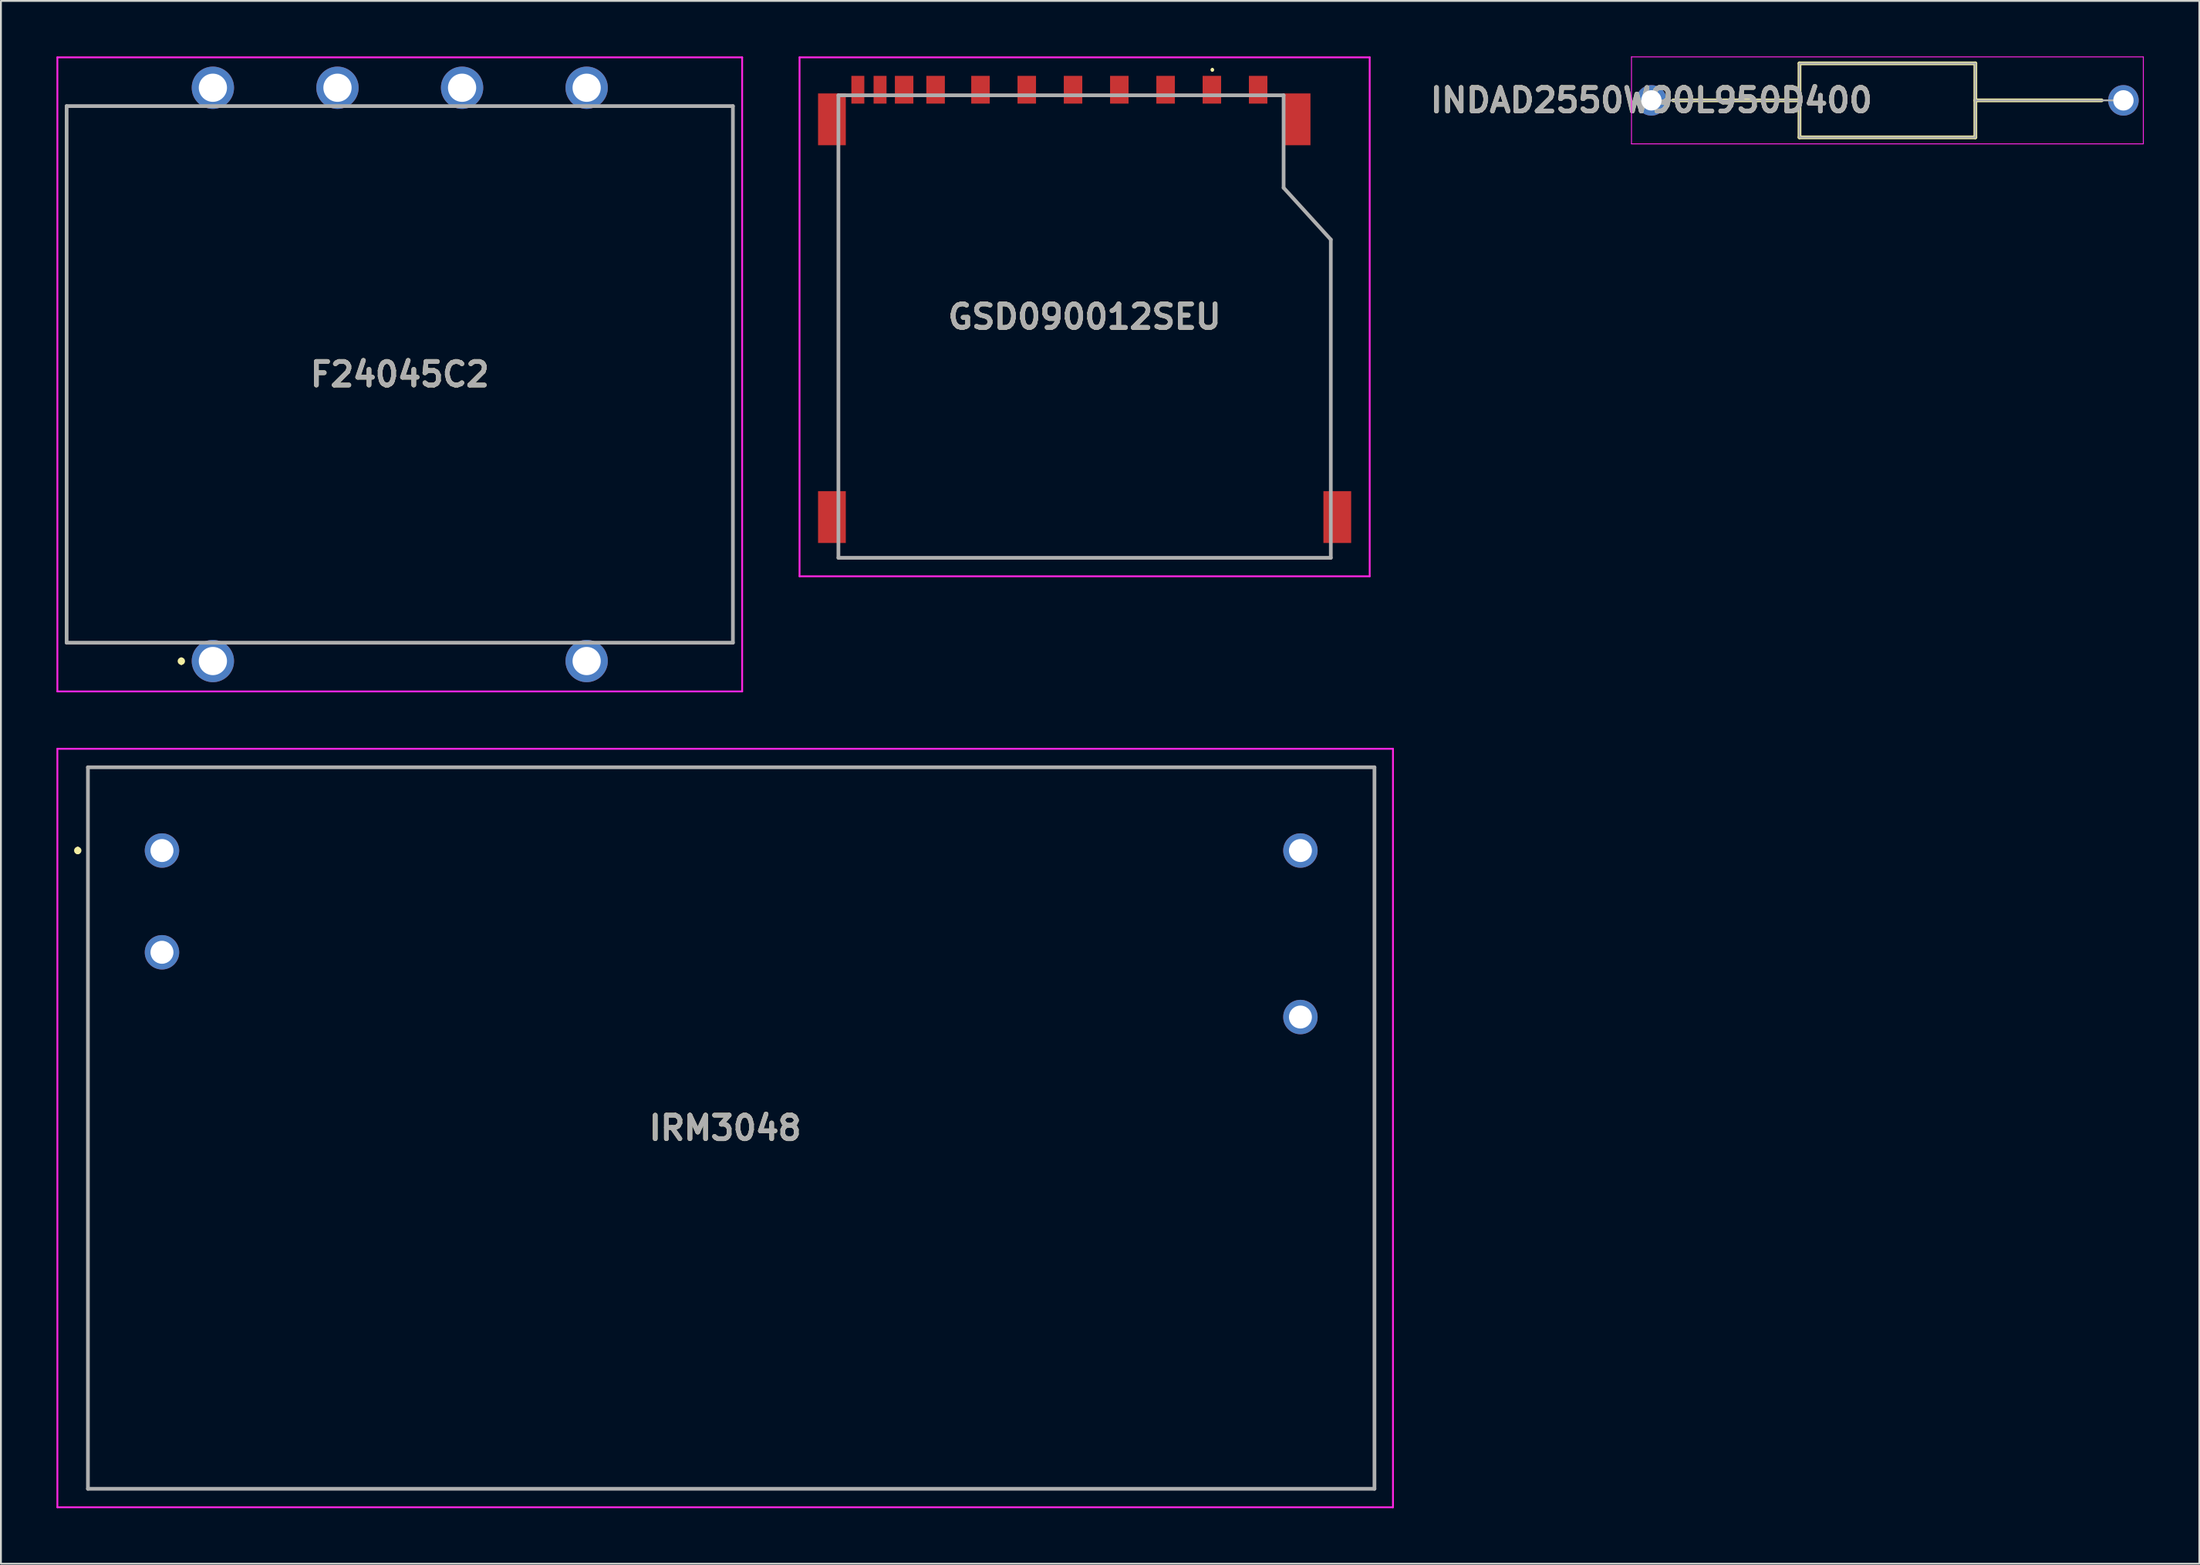
<source format=kicad_pcb>
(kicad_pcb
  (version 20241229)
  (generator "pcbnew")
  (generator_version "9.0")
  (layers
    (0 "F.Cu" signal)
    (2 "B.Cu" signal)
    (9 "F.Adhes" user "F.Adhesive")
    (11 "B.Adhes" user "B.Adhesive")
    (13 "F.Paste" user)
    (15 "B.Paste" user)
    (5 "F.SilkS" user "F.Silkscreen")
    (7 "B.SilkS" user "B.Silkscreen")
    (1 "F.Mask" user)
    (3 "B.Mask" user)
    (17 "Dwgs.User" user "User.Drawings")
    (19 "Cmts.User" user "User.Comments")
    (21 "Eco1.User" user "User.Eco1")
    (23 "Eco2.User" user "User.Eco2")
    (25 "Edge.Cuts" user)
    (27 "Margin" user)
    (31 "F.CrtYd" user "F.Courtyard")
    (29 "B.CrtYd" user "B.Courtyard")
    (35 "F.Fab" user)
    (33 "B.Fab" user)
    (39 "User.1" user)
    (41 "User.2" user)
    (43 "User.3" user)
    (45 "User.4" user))
  (footprint "F24045C2"
    (layer "F.Cu")
    (at 8.45 32.681)
    (property "Reference" "F24045C2" (at 10.096 -15.494 0) (layer "F.SilkS") (effects (font (size 1.27 1.27) (thickness 0.254))))
    (attr through_hole)
    (fp_line (start -7.9 -29.997) (end -7.9 -0.991) (stroke (width 0.1) (type solid)) (layer "F.SilkS"))
    (fp_line (start -7.9 -0.991) (end -1.904 -0.991) (stroke (width 0.1) (type solid)) (layer "F.SilkS"))
    (fp_line (start -1.904 -29.997) (end -7.9 -29.997) (stroke (width 0.1) (type solid)) (layer "F.SilkS"))
    (fp_line (start -1.704 -0.094) (end -1.704 -0.094) (stroke (width 0.2) (type solid)) (layer "F.SilkS"))
    (fp_line (start -1.704 0.106) (end -1.704 0.106) (stroke (width 0.2) (type solid)) (layer "F.SilkS"))
    (fp_line (start 1.596 -0.991) (end 18.596 -0.991) (stroke (width 0.1) (type solid)) (layer "F.SilkS"))
    (fp_line (start 8.096 -29.997) (end 12.596 -29.997) (stroke (width 0.1) (type solid)) (layer "F.SilkS"))
    (fp_line (start 22.596 -29.994) (end 28.092 -29.994) (stroke (width 0.1) (type solid)) (layer "F.SilkS"))
    (fp_line (start 28.092 -29.994) (end 28.092 -0.994) (stroke (width 0.1) (type solid)) (layer "F.SilkS"))
    (fp_line (start 28.092 -0.994) (end 22.096 -0.991) (stroke (width 0.1) (type solid)) (layer "F.SilkS"))
    (fp_arc (start -1.704 -0.094) (mid -1.604 0.006) (end -1.704 0.106) (stroke (width 0.2) (type solid)) (layer "F.SilkS"))
    (fp_arc (start -1.704 0.106) (mid -1.804 0.006) (end -1.704 -0.094) (stroke (width 0.2) (type solid)) (layer "F.SilkS"))
    (fp_line (start -8.4 -32.631) (end 28.592 -32.631) (stroke (width 0.1) (type solid)) (layer "F.CrtYd"))
    (fp_line (start -8.4 1.643) (end -8.4 -32.631) (stroke (width 0.1) (type solid)) (layer "F.CrtYd"))
    (fp_line (start 28.592 -32.631) (end 28.592 1.643) (stroke (width 0.1) (type solid)) (layer "F.CrtYd"))
    (fp_line (start 28.592 1.643) (end -8.4 1.643) (stroke (width 0.1) (type solid)) (layer "F.CrtYd"))
    (fp_line (start -7.9 -29.997) (end 28.092 -29.997) (stroke (width 0.2) (type solid)) (layer "F.Fab"))
    (fp_line (start -7.9 -0.991) (end -7.9 -29.997) (stroke (width 0.2) (type solid)) (layer "F.Fab"))
    (fp_line (start 28.092 -29.997) (end 28.092 -0.991) (stroke (width 0.2) (type solid)) (layer "F.Fab"))
    (fp_line (start 28.092 -0.991) (end -7.9 -0.991) (stroke (width 0.2) (type solid)) (layer "F.Fab"))
    (fp_text user "${REFERENCE}" (at 10.096 -15.494 0) (layer "F.Fab") (effects (font (size 1.27 1.27) (thickness 0.254))))
    (pad "1" thru_hole circle (at 0 0) (size 2.286 2.286) (drill 1.524) (layers "*.Cu" "*.Mask"))
    (pad "4" thru_hole circle (at 20.192 0) (size 2.286 2.286) (drill 1.524) (layers "*.Cu" "*.Mask"))
    (pad "5" thru_hole circle (at 0 -30.988) (size 2.286 2.286) (drill 1.524) (layers "*.Cu" "*.Mask"))
    (pad "6" thru_hole circle (at 6.731 -30.988) (size 2.286 2.286) (drill 1.524) (layers "*.Cu" "*.Mask"))
    (pad "7" thru_hole circle (at 13.462 -30.988) (size 2.286 2.286) (drill 1.524) (layers "*.Cu" "*.Mask"))
    (pad "8" thru_hole circle (at 20.192 -30.988) (size 2.286 2.286) (drill 1.524) (layers "*.Cu" "*.Mask")))
  (footprint "IRM3048"
    (layer "F.Cu")
    (at 36.125 57.924)
    (property "Reference" "IRM3048" (at 0 0 0) (layer "F.SilkS") (effects (font (size 1.27 1.27) (thickness 0.254))))
    (attr through_hole)
    (fp_line (start -34.975 -15.1) (end -34.975 -15.1) (stroke (width 0.2) (type solid)) (layer "F.SilkS"))
    (fp_line (start -34.975 -14.9) (end -34.975 -14.9) (stroke (width 0.2) (type solid)) (layer "F.SilkS"))
    (fp_line (start -34.425 -19.5) (end 35.075 -19.5) (stroke (width 0.1) (type solid)) (layer "F.SilkS"))
    (fp_line (start -34.425 19.5) (end -34.425 -19.5) (stroke (width 0.1) (type solid)) (layer "F.SilkS"))
    (fp_line (start 35.075 -19.5) (end 35.075 19.5) (stroke (width 0.1) (type solid)) (layer "F.SilkS"))
    (fp_line (start 35.075 19.5) (end -34.425 19.5) (stroke (width 0.1) (type solid)) (layer "F.SilkS"))
    (fp_arc (start -34.975 -15.1) (mid -34.875 -15) (end -34.975 -14.9) (stroke (width 0.2) (type solid)) (layer "F.SilkS"))
    (fp_arc (start -34.975 -14.9) (mid -35.075 -15) (end -34.975 -15.1) (stroke (width 0.2) (type solid)) (layer "F.SilkS"))
    (fp_line (start -36.075 -20.5) (end 36.075 -20.5) (stroke (width 0.1) (type solid)) (layer "F.CrtYd"))
    (fp_line (start -36.075 20.5) (end -36.075 -20.5) (stroke (width 0.1) (type solid)) (layer "F.CrtYd"))
    (fp_line (start 36.075 -20.5) (end 36.075 20.5) (stroke (width 0.1) (type solid)) (layer "F.CrtYd"))
    (fp_line (start 36.075 20.5) (end -36.075 20.5) (stroke (width 0.1) (type solid)) (layer "F.CrtYd"))
    (fp_line (start -34.425 -19.5) (end 35.075 -19.5) (stroke (width 0.2) (type solid)) (layer "F.Fab"))
    (fp_line (start -34.425 19.5) (end -34.425 -19.5) (stroke (width 0.2) (type solid)) (layer "F.Fab"))
    (fp_line (start 35.075 -19.5) (end 35.075 19.5) (stroke (width 0.2) (type solid)) (layer "F.Fab"))
    (fp_line (start 35.075 19.5) (end -34.425 19.5) (stroke (width 0.2) (type solid)) (layer "F.Fab"))
    (fp_text user "${REFERENCE}" (at 0 0 0) (layer "F.Fab") (effects (font (size 1.27 1.27) (thickness 0.254))))
    (pad "1" thru_hole circle (at -30.425 -15) (size 1.86 1.86) (drill 1.24) (layers "*.Cu" "*.Mask"))
    (pad "2" thru_hole circle (at -30.425 -9.5) (size 1.86 1.86) (drill 1.24) (layers "*.Cu" "*.Mask"))
    (pad "3" thru_hole circle (at 31.075 -6) (size 1.86 1.86) (drill 1.24) (layers "*.Cu" "*.Mask"))
    (pad "4" thru_hole circle (at 31.075 -15) (size 1.86 1.86) (drill 1.24) (layers "*.Cu" "*.Mask")))
  (footprint "INDAD2550W90L950D400"
    (layer "F.Cu")
    (at 86.16 2.375)
    (property "Reference" "INDAD2550W90L950D400" (at 0 0 0) (layer "F.SilkS") (effects (font (size 1.27 1.27) (thickness 0.254))))
    (attr through_hole)
    (fp_line (start 1.175 0) (end 8 0) (stroke (width 0.2) (type solid)) (layer "F.SilkS"))
    (fp_line (start 8 -2) (end 17.5 -2) (stroke (width 0.2) (type solid)) (layer "F.SilkS"))
    (fp_line (start 8 2) (end 8 -2) (stroke (width 0.2) (type solid)) (layer "F.SilkS"))
    (fp_line (start 17.5 -2) (end 17.5 2) (stroke (width 0.2) (type solid)) (layer "F.SilkS"))
    (fp_line (start 17.5 0) (end 24.325 0) (stroke (width 0.2) (type solid)) (layer "F.SilkS"))
    (fp_line (start 17.5 2) (end 8 2) (stroke (width 0.2) (type solid)) (layer "F.SilkS"))
    (fp_line (start -1.075 -2.35) (end 26.575 -2.35) (stroke (width 0.05) (type solid)) (layer "F.CrtYd"))
    (fp_line (start -1.075 2.35) (end -1.075 -2.35) (stroke (width 0.05) (type solid)) (layer "F.CrtYd"))
    (fp_line (start 26.575 -2.35) (end 26.575 2.35) (stroke (width 0.05) (type solid)) (layer "F.CrtYd"))
    (fp_line (start 26.575 2.35) (end -1.075 2.35) (stroke (width 0.05) (type solid)) (layer "F.CrtYd"))
    (fp_line (start 0 0) (end 8 0) (stroke (width 0.1) (type solid)) (layer "F.Fab"))
    (fp_line (start 8 -2) (end 17.5 -2) (stroke (width 0.1) (type solid)) (layer "F.Fab"))
    (fp_line (start 8 2) (end 8 -2) (stroke (width 0.1) (type solid)) (layer "F.Fab"))
    (fp_line (start 17.5 -2) (end 17.5 2) (stroke (width 0.1) (type solid)) (layer "F.Fab"))
    (fp_line (start 17.5 0) (end 25.5 0) (stroke (width 0.1) (type solid)) (layer "F.Fab"))
    (fp_line (start 17.5 2) (end 8 2) (stroke (width 0.1) (type solid)) (layer "F.Fab"))
    (fp_text user "${REFERENCE}" (at 0 0 0) (layer "F.Fab") (effects (font (size 1.27 1.27) (thickness 0.254))))
    (pad "1" thru_hole circle (at 0 0) (size 1.65 1.65) (drill 1.1) (layers "*.Cu" "*.Mask"))
    (pad "2" thru_hole circle (at 25.5 0) (size 1.65 1.65) (drill 1.1) (layers "*.Cu" "*.Mask")))
  (footprint "GSD090012SEU"
    (layer "F.Cu")
    (at 55.542 14.075)
    (property "Reference" "GSD090012SEU" (at 0 0 0) (layer "F.SilkS") (effects (font (size 1.27 1.27) (thickness 0.254))))
    (attr through_hole)
    (fp_line (start -13.3 8.525) (end -13.3 -8.475) (stroke (width 0.1) (type solid)) (layer "F.SilkS"))
    (fp_line (start -13.3 13.025) (end -13.3 12.525) (stroke (width 0.1) (type solid)) (layer "F.SilkS"))
    (fp_line (start 6.9 -13.4) (end 6.9 -13.4) (stroke (width 0.1) (type solid)) (layer "F.SilkS"))
    (fp_line (start 6.9 -13.3) (end 6.9 -13.3) (stroke (width 0.1) (type solid)) (layer "F.SilkS"))
    (fp_line (start 10.75 -8.475) (end 10.75 -6.975) (stroke (width 0.1) (type solid)) (layer "F.SilkS"))
    (fp_line (start 10.75 -6.975) (end 13.3 -4.175) (stroke (width 0.1) (type solid)) (layer "F.SilkS"))
    (fp_line (start 13.3 -4.175) (end 13.3 8.525) (stroke (width 0.1) (type solid)) (layer "F.SilkS"))
    (fp_line (start 13.3 12.525) (end 13.3 13.025) (stroke (width 0.1) (type solid)) (layer "F.SilkS"))
    (fp_line (start 13.3 13.025) (end -13.3 13.025) (stroke (width 0.1) (type solid)) (layer "F.SilkS"))
    (fp_arc (start 6.9 -13.4) (mid 6.95 -13.35) (end 6.9 -13.3) (stroke (width 0.1) (type solid)) (layer "F.SilkS"))
    (fp_arc (start 6.9 -13.3) (mid 6.85 -13.35) (end 6.9 -13.4) (stroke (width 0.1) (type solid)) (layer "F.SilkS"))
    (fp_line (start -15.4 -14.025) (end 15.4 -14.025) (stroke (width 0.1) (type solid)) (layer "F.CrtYd"))
    (fp_line (start -15.4 14.025) (end -15.4 -14.025) (stroke (width 0.1) (type solid)) (layer "F.CrtYd"))
    (fp_line (start 15.4 -14.025) (end 15.4 14.025) (stroke (width 0.1) (type solid)) (layer "F.CrtYd"))
    (fp_line (start 15.4 14.025) (end -15.4 14.025) (stroke (width 0.1) (type solid)) (layer "F.CrtYd"))
    (fp_line (start -13.3 -11.975) (end 10.75 -11.975) (stroke (width 0.2) (type solid)) (layer "F.Fab"))
    (fp_line (start -13.3 13.025) (end -13.3 -11.975) (stroke (width 0.2) (type solid)) (layer "F.Fab"))
    (fp_line (start 10.75 -11.975) (end 10.75 -6.975) (stroke (width 0.2) (type solid)) (layer "F.Fab"))
    (fp_line (start 10.75 -6.975) (end 13.3 -4.175) (stroke (width 0.2) (type solid)) (layer "F.Fab"))
    (fp_line (start 13.3 -4.175) (end 13.3 13.025) (stroke (width 0.2) (type solid)) (layer "F.Fab"))
    (fp_line (start 13.3 13.025) (end -13.3 13.025) (stroke (width 0.2) (type solid)) (layer "F.Fab"))
    (fp_text user "${REFERENCE}" (at 0 0 0) (layer "F.Fab") (effects (font (size 1.27 1.27) (thickness 0.254))))
    (pad "" np_thru_hole circle (at -11.499 -9.475) (size 0.001 0.001) (drill 1.1) (layers "*.Cu" "*.Mask"))
    (pad "" np_thru_hole circle (at 9.501 -9.475) (size 0.001 0.001) (drill 1.6) (layers "*.Cu" "*.Mask"))
    (pad "1" smd rect (at 6.875 -12.275) (size 1 1.5) (layers "F.Cu" "F.Mask" "F.Paste"))
    (pad "2" smd rect (at 4.375 -12.275) (size 1 1.5) (layers "F.Cu" "F.Mask" "F.Paste"))
    (pad "3" smd rect (at 1.875 -12.275) (size 1 1.5) (layers "F.Cu" "F.Mask" "F.Paste"))
    (pad "4" smd rect (at -0.625 -12.275) (size 1 1.5) (layers "F.Cu" "F.Mask" "F.Paste"))
    (pad "5" smd rect (at -3.125 -12.275) (size 1 1.5) (layers "F.Cu" "F.Mask" "F.Paste"))
    (pad "6" smd rect (at -5.625 -12.275) (size 1 1.5) (layers "F.Cu" "F.Mask" "F.Paste"))
    (pad "7" smd rect (at -8.05 -12.275) (size 1 1.5) (layers "F.Cu" "F.Mask" "F.Paste"))
    (pad "8" smd rect (at -9.75 -12.275) (size 1 1.5) (layers "F.Cu" "F.Mask" "F.Paste"))
    (pad "9" smd rect (at 9.375 -12.275) (size 1 1.5) (layers "F.Cu" "F.Mask" "F.Paste"))
    (pad "10" smd rect (at -11.05 -12.275) (size 0.7 1.5) (layers "F.Cu" "F.Mask" "F.Paste"))
    (pad "11" smd rect (at -12.25 -12.275) (size 0.7 1.5) (layers "F.Cu" "F.Mask" "F.Paste"))
    (pad "MP1" smd rect (at -13.65 -10.675) (size 1.5 2.8) (layers "F.Cu" "F.Mask" "F.Paste"))
    (pad "MP2" smd rect (at 11.451 -10.675) (size 1.5 2.8) (layers "F.Cu" "F.Mask" "F.Paste"))
    (pad "MP3" smd rect (at -13.65 10.825) (size 1.5 2.8) (layers "F.Cu" "F.Mask" "F.Paste"))
    (pad "MP4" smd rect (at 13.65 10.825) (size 1.5 2.8) (layers "F.Cu" "F.Mask" "F.Paste")))
  (gr_rect
    (start -3 -3)
    (end 115.76 81.474)
    (stroke (width 0.1) (type default))
    (fill no)
    (layer "Edge.Cuts")))
</source>
